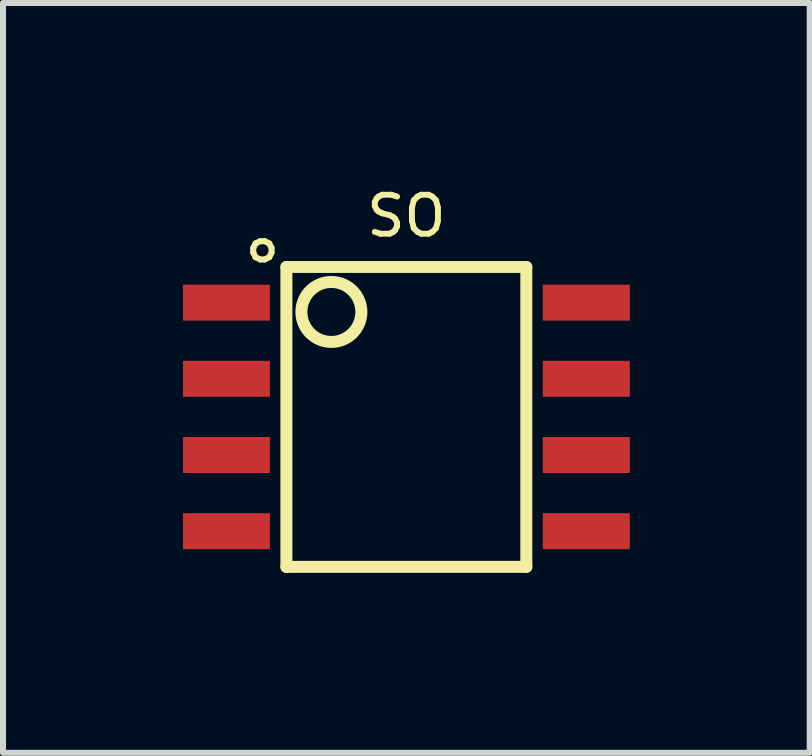
<source format=kicad_pcb>
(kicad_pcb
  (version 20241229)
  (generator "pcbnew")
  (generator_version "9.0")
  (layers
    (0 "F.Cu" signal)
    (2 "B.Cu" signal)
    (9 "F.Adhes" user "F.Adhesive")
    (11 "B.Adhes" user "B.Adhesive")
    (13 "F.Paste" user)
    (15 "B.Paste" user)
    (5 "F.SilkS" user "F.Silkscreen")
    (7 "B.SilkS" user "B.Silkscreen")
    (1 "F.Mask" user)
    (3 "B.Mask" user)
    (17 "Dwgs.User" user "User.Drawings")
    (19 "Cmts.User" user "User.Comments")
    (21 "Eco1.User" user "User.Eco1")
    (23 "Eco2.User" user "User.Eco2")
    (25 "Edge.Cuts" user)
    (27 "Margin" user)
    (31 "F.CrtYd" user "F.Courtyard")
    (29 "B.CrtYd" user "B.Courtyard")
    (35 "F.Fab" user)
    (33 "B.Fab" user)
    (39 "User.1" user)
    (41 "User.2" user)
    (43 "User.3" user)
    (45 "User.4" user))
  (footprint "SO"
    (layer "F.Cu")
    (at 3.725 3.901)
    (property "Reference" "SO" (at 0 -3.35 0) (layer "F.SilkS") (effects (font (size 0.65 0.65) (thickness 0.098))))
    (attr smd)
    (fp_line (start -2 -2.5) (end 2 -2.5) (stroke (width 0.2) (type solid)) (layer "F.SilkS"))
    (fp_line (start -2 2.5) (end -2 -2.5) (stroke (width 0.2) (type solid)) (layer "F.SilkS"))
    (fp_line (start 2 -2.5) (end 2 2.5) (stroke (width 0.2) (type solid)) (layer "F.SilkS"))
    (fp_line (start 2 2.5) (end -2 2.5) (stroke (width 0.2) (type solid)) (layer "F.SilkS"))
    (fp_circle (center -1.25 -1.75) (end -0.75 -1.75) (stroke (width 0.2) (type solid)) (fill no) (layer "F.SilkS"))
    (fp_text user "○" (at -2.4 -2.805 0) (layer "F.SilkS") (effects (font (size 0.4 0.4) (thickness 0.1))))
    (pad "1" smd rect (at -3 -1.905) (size 1.45 0.6) (layers "F.Cu" "F.Mask" "F.Paste"))
    (pad "2" smd rect (at -3 -0.635) (size 1.45 0.6) (layers "F.Cu" "F.Mask" "F.Paste"))
    (pad "3" smd rect (at -3 0.635) (size 1.45 0.6) (layers "F.Cu" "F.Mask" "F.Paste"))
    (pad "4" smd rect (at -3 1.905) (size 1.45 0.6) (layers "F.Cu" "F.Mask" "F.Paste"))
    (pad "5" smd rect (at 3 1.905) (size 1.45 0.6) (layers "F.Cu" "F.Mask" "F.Paste"))
    (pad "6" smd rect (at 3 0.635) (size 1.45 0.6) (layers "F.Cu" "F.Mask" "F.Paste"))
    (pad "7" smd rect (at 3 -0.635) (size 1.45 0.6) (layers "F.Cu" "F.Mask" "F.Paste"))
    (pad "8" smd rect (at 3 -1.905) (size 1.45 0.6) (layers "F.Cu" "F.Mask" "F.Paste")))
  (gr_rect
    (start -3 -3)
    (end 10.45 9.501)
    (stroke (width 0.1) (type default))
    (fill no)
    (layer "Edge.Cuts")))
</source>
